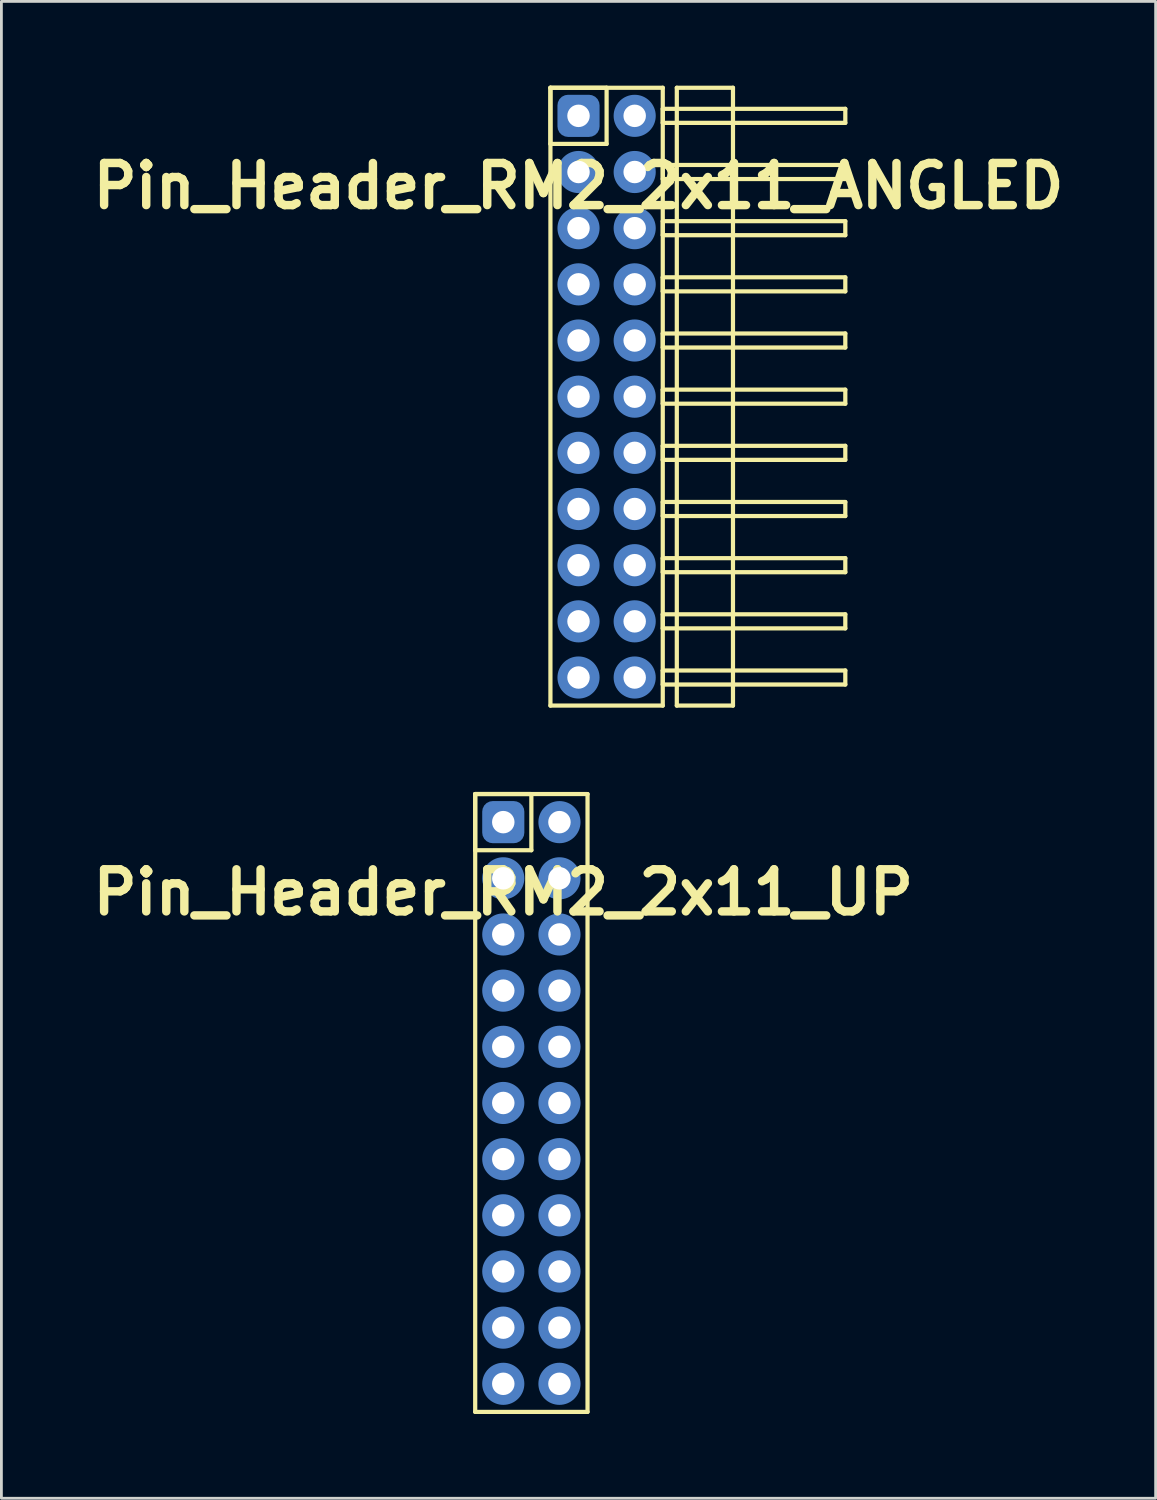
<source format=kicad_pcb>
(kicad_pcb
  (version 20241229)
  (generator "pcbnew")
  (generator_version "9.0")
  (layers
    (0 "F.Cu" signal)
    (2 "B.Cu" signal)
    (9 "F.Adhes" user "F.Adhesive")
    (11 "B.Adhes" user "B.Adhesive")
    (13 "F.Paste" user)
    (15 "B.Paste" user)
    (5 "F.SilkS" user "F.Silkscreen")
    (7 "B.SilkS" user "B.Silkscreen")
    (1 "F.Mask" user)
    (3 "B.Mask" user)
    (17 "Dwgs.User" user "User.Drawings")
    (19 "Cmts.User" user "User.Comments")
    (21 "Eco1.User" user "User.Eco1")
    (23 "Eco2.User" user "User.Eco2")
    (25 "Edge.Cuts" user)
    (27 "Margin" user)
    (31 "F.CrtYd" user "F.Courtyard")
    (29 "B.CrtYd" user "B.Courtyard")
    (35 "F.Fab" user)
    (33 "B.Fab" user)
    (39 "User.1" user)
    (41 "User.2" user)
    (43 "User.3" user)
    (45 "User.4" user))
  (footprint "Pin_Header_RM2_2x11_ANGLED"
    (layer "F.Cu")
    (at 17.55 1.075)
    (property "Reference" "Pin_Header_RM2_2x11_ANGLED" (at 0 2.5 0) (layer "F.SilkS") (effects (font (size 1.5 1.5) (thickness 0.3))))
    (attr through_hole)
    (fp_line (start -1 -1) (end 1 -1) (stroke (width 0.15) (type solid)) (layer "F.SilkS"))
    (fp_line (start -1 -1) (end 3 -1) (stroke (width 0.15) (type solid)) (layer "F.SilkS"))
    (fp_line (start -1 1) (end -1 -1) (stroke (width 0.15) (type solid)) (layer "F.SilkS"))
    (fp_line (start -1 21) (end -1 -1) (stroke (width 0.15) (type solid)) (layer "F.SilkS"))
    (fp_line (start 1 -1) (end 1 1) (stroke (width 0.15) (type solid)) (layer "F.SilkS"))
    (fp_line (start 1 1) (end -1 1) (stroke (width 0.15) (type solid)) (layer "F.SilkS"))
    (fp_line (start 3 -1) (end 3 21) (stroke (width 0.15) (type solid)) (layer "F.SilkS"))
    (fp_line (start 3 -0.25) (end 9.5 -0.25) (stroke (width 0.15) (type solid)) (layer "F.SilkS"))
    (fp_line (start 3 0.25) (end 3 -0.25) (stroke (width 0.15) (type solid)) (layer "F.SilkS"))
    (fp_line (start 3 1.75) (end 9.5 1.75) (stroke (width 0.15) (type solid)) (layer "F.SilkS"))
    (fp_line (start 3 2.25) (end 3 1.75) (stroke (width 0.15) (type solid)) (layer "F.SilkS"))
    (fp_line (start 3 3.75) (end 9.5 3.75) (stroke (width 0.15) (type solid)) (layer "F.SilkS"))
    (fp_line (start 3 4.25) (end 3 3.75) (stroke (width 0.15) (type solid)) (layer "F.SilkS"))
    (fp_line (start 3 5.75) (end 9.5 5.75) (stroke (width 0.15) (type solid)) (layer "F.SilkS"))
    (fp_line (start 3 6.25) (end 3 5.75) (stroke (width 0.15) (type solid)) (layer "F.SilkS"))
    (fp_line (start 3 7.75) (end 9.5 7.75) (stroke (width 0.15) (type solid)) (layer "F.SilkS"))
    (fp_line (start 3 8.25) (end 3 7.75) (stroke (width 0.15) (type solid)) (layer "F.SilkS"))
    (fp_line (start 3 9.75) (end 9.5 9.75) (stroke (width 0.15) (type solid)) (layer "F.SilkS"))
    (fp_line (start 3 10.25) (end 3 9.75) (stroke (width 0.15) (type solid)) (layer "F.SilkS"))
    (fp_line (start 3 11.75) (end 9.5 11.75) (stroke (width 0.15) (type solid)) (layer "F.SilkS"))
    (fp_line (start 3 12.25) (end 3 11.75) (stroke (width 0.15) (type solid)) (layer "F.SilkS"))
    (fp_line (start 3 13.75) (end 9.5 13.75) (stroke (width 0.15) (type solid)) (layer "F.SilkS"))
    (fp_line (start 3 14.25) (end 3 13.75) (stroke (width 0.15) (type solid)) (layer "F.SilkS"))
    (fp_line (start 3 15.75) (end 9.5 15.75) (stroke (width 0.15) (type solid)) (layer "F.SilkS"))
    (fp_line (start 3 16.25) (end 3 15.75) (stroke (width 0.15) (type solid)) (layer "F.SilkS"))
    (fp_line (start 3 17.75) (end 9.5 17.75) (stroke (width 0.15) (type solid)) (layer "F.SilkS"))
    (fp_line (start 3 18.25) (end 3 17.75) (stroke (width 0.15) (type solid)) (layer "F.SilkS"))
    (fp_line (start 3 19.75) (end 9.5 19.75) (stroke (width 0.15) (type solid)) (layer "F.SilkS"))
    (fp_line (start 3 20.25) (end 3 19.75) (stroke (width 0.15) (type solid)) (layer "F.SilkS"))
    (fp_line (start 3 21) (end -1 21) (stroke (width 0.15) (type solid)) (layer "F.SilkS"))
    (fp_line (start 3.5 -1) (end 5.5 -1) (stroke (width 0.15) (type solid)) (layer "F.SilkS"))
    (fp_line (start 3.5 21) (end 3.5 -1) (stroke (width 0.15) (type solid)) (layer "F.SilkS"))
    (fp_line (start 5.5 -1) (end 5.5 21) (stroke (width 0.15) (type solid)) (layer "F.SilkS"))
    (fp_line (start 5.5 21) (end 3.5 21) (stroke (width 0.15) (type solid)) (layer "F.SilkS"))
    (fp_line (start 9.5 -0.25) (end 9.5 0.25) (stroke (width 0.15) (type solid)) (layer "F.SilkS"))
    (fp_line (start 9.5 0.25) (end 3 0.25) (stroke (width 0.15) (type solid)) (layer "F.SilkS"))
    (fp_line (start 9.5 1.75) (end 9.5 2.25) (stroke (width 0.15) (type solid)) (layer "F.SilkS"))
    (fp_line (start 9.5 2.25) (end 3 2.25) (stroke (width 0.15) (type solid)) (layer "F.SilkS"))
    (fp_line (start 9.5 3.75) (end 9.5 4.25) (stroke (width 0.15) (type solid)) (layer "F.SilkS"))
    (fp_line (start 9.5 4.25) (end 3 4.25) (stroke (width 0.15) (type solid)) (layer "F.SilkS"))
    (fp_line (start 9.5 5.75) (end 9.5 6.25) (stroke (width 0.15) (type solid)) (layer "F.SilkS"))
    (fp_line (start 9.5 6.25) (end 3 6.25) (stroke (width 0.15) (type solid)) (layer "F.SilkS"))
    (fp_line (start 9.5 7.75) (end 9.5 8.25) (stroke (width 0.15) (type solid)) (layer "F.SilkS"))
    (fp_line (start 9.5 8.25) (end 3 8.25) (stroke (width 0.15) (type solid)) (layer "F.SilkS"))
    (fp_line (start 9.5 9.75) (end 9.5 10.25) (stroke (width 0.15) (type solid)) (layer "F.SilkS"))
    (fp_line (start 9.5 10.25) (end 3 10.25) (stroke (width 0.15) (type solid)) (layer "F.SilkS"))
    (fp_line (start 9.5 11.75) (end 9.5 12.25) (stroke (width 0.15) (type solid)) (layer "F.SilkS"))
    (fp_line (start 9.5 12.25) (end 3 12.25) (stroke (width 0.15) (type solid)) (layer "F.SilkS"))
    (fp_line (start 9.5 13.75) (end 9.5 14.25) (stroke (width 0.15) (type solid)) (layer "F.SilkS"))
    (fp_line (start 9.5 14.25) (end 3 14.25) (stroke (width 0.15) (type solid)) (layer "F.SilkS"))
    (fp_line (start 9.5 15.75) (end 9.5 16.25) (stroke (width 0.15) (type solid)) (layer "F.SilkS"))
    (fp_line (start 9.5 16.25) (end 3 16.25) (stroke (width 0.15) (type solid)) (layer "F.SilkS"))
    (fp_line (start 9.5 17.75) (end 9.5 18.25) (stroke (width 0.15) (type solid)) (layer "F.SilkS"))
    (fp_line (start 9.5 18.25) (end 3 18.25) (stroke (width 0.15) (type solid)) (layer "F.SilkS"))
    (fp_line (start 9.5 19.75) (end 9.5 20.25) (stroke (width 0.15) (type solid)) (layer "F.SilkS"))
    (fp_line (start 9.5 20.25) (end 3 20.25) (stroke (width 0.15) (type solid)) (layer "F.SilkS"))
    (pad "1" thru_hole circle (at 0 0) (size 1.1 1.1) (drill 0.8) (layers "*.Cu" "*.Mask"))
    (pad "1" smd roundrect (at 0 0) (size 1.25 1.25) (layers "F.Cu" "F.Mask") (roundrect_rratio 0.25))
    (pad "1" smd roundrect (at 0 0) (size 1.5 1.5) (layers "B.Cu" "B.Mask") (roundrect_rratio 0.25))
    (pad "2" thru_hole circle (at 2 0) (size 1.1 1.1) (drill 0.8) (layers "*.Cu" "*.Mask"))
    (pad "2" smd circle (at 2 0) (size 1.25 1.25) (layers "F.Cu" "F.Mask"))
    (pad "2" smd circle (at 2 0) (size 1.5 1.5) (layers "B.Cu" "B.Mask"))
    (pad "3" thru_hole circle (at 0 2) (size 1.1 1.1) (drill 0.8) (layers "*.Cu" "*.Mask"))
    (pad "3" smd circle (at 0 2) (size 1.25 1.25) (layers "F.Cu" "F.Mask"))
    (pad "3" smd circle (at 0 2) (size 1.5 1.5) (layers "B.Cu" "B.Mask"))
    (pad "4" thru_hole circle (at 2 2) (size 1.1 1.1) (drill 0.8) (layers "*.Cu" "*.Mask"))
    (pad "4" smd circle (at 2 2) (size 1.25 1.25) (layers "F.Cu" "F.Mask"))
    (pad "4" smd circle (at 2 2) (size 1.5 1.5) (layers "B.Cu" "B.Mask"))
    (pad "5" thru_hole circle (at 0 4) (size 1.1 1.1) (drill 0.8) (layers "*.Cu" "*.Mask"))
    (pad "5" smd circle (at 0 4) (size 1.25 1.25) (layers "F.Cu" "F.Mask"))
    (pad "5" smd circle (at 0 4) (size 1.5 1.5) (layers "B.Cu" "B.Mask"))
    (pad "6" thru_hole circle (at 2 4) (size 1.1 1.1) (drill 0.8) (layers "*.Cu" "*.Mask"))
    (pad "6" smd circle (at 2 4) (size 1.25 1.25) (layers "F.Cu" "F.Mask"))
    (pad "6" smd circle (at 2 4) (size 1.5 1.5) (layers "B.Cu" "B.Mask"))
    (pad "7" thru_hole circle (at 0 6) (size 1.1 1.1) (drill 0.8) (layers "*.Cu" "*.Mask"))
    (pad "7" smd circle (at 0 6) (size 1.25 1.25) (layers "F.Cu" "F.Mask"))
    (pad "7" smd circle (at 0 6) (size 1.5 1.5) (layers "B.Cu" "B.Mask"))
    (pad "8" thru_hole circle (at 2 6) (size 1.1 1.1) (drill 0.8) (layers "*.Cu" "*.Mask"))
    (pad "8" smd circle (at 2 6) (size 1.25 1.25) (layers "F.Cu" "F.Mask"))
    (pad "8" smd circle (at 2 6) (size 1.5 1.5) (layers "B.Cu" "B.Mask"))
    (pad "9" thru_hole circle (at 0 8) (size 1.1 1.1) (drill 0.8) (layers "*.Cu" "*.Mask"))
    (pad "9" smd circle (at 0 8) (size 1.25 1.25) (layers "F.Cu" "F.Mask"))
    (pad "9" smd circle (at 0 8) (size 1.5 1.5) (layers "B.Cu" "B.Mask"))
    (pad "10" thru_hole circle (at 2 8) (size 1.1 1.1) (drill 0.8) (layers "*.Cu" "*.Mask"))
    (pad "10" smd circle (at 2 8) (size 1.25 1.25) (layers "F.Cu" "F.Mask"))
    (pad "10" smd circle (at 2 8) (size 1.5 1.5) (layers "B.Cu" "B.Mask"))
    (pad "11" thru_hole circle (at 0 10) (size 1.1 1.1) (drill 0.8) (layers "*.Cu" "*.Mask"))
    (pad "11" smd circle (at 0 10) (size 1.25 1.25) (layers "F.Cu" "F.Mask"))
    (pad "11" smd circle (at 0 10) (size 1.5 1.5) (layers "B.Cu" "B.Mask"))
    (pad "12" thru_hole circle (at 2 10) (size 1.1 1.1) (drill 0.8) (layers "*.Cu" "*.Mask"))
    (pad "12" smd circle (at 2 10) (size 1.25 1.25) (layers "F.Cu" "F.Mask"))
    (pad "12" smd circle (at 2 10) (size 1.5 1.5) (layers "B.Cu" "B.Mask"))
    (pad "13" thru_hole circle (at 0 12) (size 1.1 1.1) (drill 0.8) (layers "*.Cu" "*.Mask"))
    (pad "13" smd circle (at 0 12) (size 1.25 1.25) (layers "F.Cu" "F.Mask"))
    (pad "13" smd circle (at 0 12) (size 1.5 1.5) (layers "B.Cu" "B.Mask"))
    (pad "14" thru_hole circle (at 2 12) (size 1.1 1.1) (drill 0.8) (layers "*.Cu" "*.Mask"))
    (pad "14" smd circle (at 2 12) (size 1.25 1.25) (layers "F.Cu" "F.Mask"))
    (pad "14" smd circle (at 2 12) (size 1.5 1.5) (layers "B.Cu" "B.Mask"))
    (pad "15" thru_hole circle (at 0 14) (size 1.1 1.1) (drill 0.8) (layers "*.Cu" "*.Mask"))
    (pad "15" smd circle (at 0 14) (size 1.25 1.25) (layers "F.Cu" "F.Mask"))
    (pad "15" smd circle (at 0 14) (size 1.5 1.5) (layers "B.Cu" "B.Mask"))
    (pad "16" thru_hole circle (at 2 14) (size 1.1 1.1) (drill 0.8) (layers "*.Cu" "*.Mask"))
    (pad "16" smd circle (at 2 14) (size 1.25 1.25) (layers "F.Cu" "F.Mask"))
    (pad "16" smd circle (at 2 14) (size 1.5 1.5) (layers "B.Cu" "B.Mask"))
    (pad "17" thru_hole circle (at 0 16) (size 1.1 1.1) (drill 0.8) (layers "*.Cu" "*.Mask"))
    (pad "17" smd circle (at 0 16) (size 1.25 1.25) (layers "F.Cu" "F.Mask"))
    (pad "17" smd circle (at 0 16) (size 1.5 1.5) (layers "B.Cu" "B.Mask"))
    (pad "18" thru_hole circle (at 2 16) (size 1.1 1.1) (drill 0.8) (layers "*.Cu" "*.Mask"))
    (pad "18" smd circle (at 2 16) (size 1.25 1.25) (layers "F.Cu" "F.Mask"))
    (pad "18" smd circle (at 2 16) (size 1.5 1.5) (layers "B.Cu" "B.Mask"))
    (pad "19" thru_hole circle (at 0 18) (size 1.1 1.1) (drill 0.8) (layers "*.Cu" "*.Mask"))
    (pad "19" smd circle (at 0 18) (size 1.25 1.25) (layers "F.Cu" "F.Mask"))
    (pad "19" smd circle (at 0 18) (size 1.5 1.5) (layers "B.Cu" "B.Mask"))
    (pad "20" thru_hole circle (at 2 18) (size 1.1 1.1) (drill 0.8) (layers "*.Cu" "*.Mask"))
    (pad "20" smd circle (at 2 18) (size 1.25 1.25) (layers "F.Cu" "F.Mask"))
    (pad "20" smd circle (at 2 18) (size 1.5 1.5) (layers "B.Cu" "B.Mask"))
    (pad "21" thru_hole circle (at 0 20) (size 1.1 1.1) (drill 0.8) (layers "*.Cu" "*.Mask"))
    (pad "21" smd circle (at 0 20) (size 1.25 1.25) (layers "F.Cu" "F.Mask"))
    (pad "21" smd circle (at 0 20) (size 1.5 1.5) (layers "B.Cu" "B.Mask"))
    (pad "22" thru_hole circle (at 2 20) (size 1.1 1.1) (drill 0.8) (layers "*.Cu" "*.Mask"))
    (pad "22" smd circle (at 2 20) (size 1.25 1.25) (layers "F.Cu" "F.Mask"))
    (pad "22" smd circle (at 2 20) (size 1.5 1.5) (layers "B.Cu" "B.Mask")))
  (footprint "Pin_Header_RM2_2x11_UP"
    (layer "F.Cu")
    (at 14.871 26.225)
    (property "Reference" "Pin_Header_RM2_2x11_UP" (at 0 2.5 0) (layer "F.SilkS") (effects (font (size 1.5 1.5) (thickness 0.3))))
    (attr through_hole)
    (fp_line (start -1 -1) (end 1 -1) (stroke (width 0.15) (type solid)) (layer "F.SilkS"))
    (fp_line (start -1 -1) (end 3 -1) (stroke (width 0.15) (type solid)) (layer "F.SilkS"))
    (fp_line (start -1 1) (end -1 -1) (stroke (width 0.15) (type solid)) (layer "F.SilkS"))
    (fp_line (start -1 21) (end -1 -1) (stroke (width 0.15) (type solid)) (layer "F.SilkS"))
    (fp_line (start 1 -1) (end 1 1) (stroke (width 0.15) (type solid)) (layer "F.SilkS"))
    (fp_line (start 1 1) (end -1 1) (stroke (width 0.15) (type solid)) (layer "F.SilkS"))
    (fp_line (start 3 -1) (end 3 21) (stroke (width 0.15) (type solid)) (layer "F.SilkS"))
    (fp_line (start 3 21) (end -1 21) (stroke (width 0.15) (type solid)) (layer "F.SilkS"))
    (pad "1" thru_hole circle (at 0 0) (size 1.1 1.1) (drill 0.8) (layers "*.Cu" "*.Mask"))
    (pad "1" smd roundrect (at 0 0) (size 1.25 1.25) (layers "F.Cu" "F.Mask") (roundrect_rratio 0.25))
    (pad "1" smd roundrect (at 0 0) (size 1.5 1.5) (layers "B.Cu" "B.Mask") (roundrect_rratio 0.25))
    (pad "2" thru_hole circle (at 2 0) (size 1.1 1.1) (drill 0.8) (layers "*.Cu" "*.Mask"))
    (pad "2" smd circle (at 2 0) (size 1.25 1.25) (layers "F.Cu" "F.Mask"))
    (pad "2" smd circle (at 2 0) (size 1.5 1.5) (layers "B.Cu" "B.Mask"))
    (pad "3" thru_hole circle (at 0 2) (size 1.1 1.1) (drill 0.8) (layers "*.Cu" "*.Mask"))
    (pad "3" smd circle (at 0 2) (size 1.25 1.25) (layers "F.Cu" "F.Mask"))
    (pad "3" smd circle (at 0 2) (size 1.5 1.5) (layers "B.Cu" "B.Mask"))
    (pad "4" thru_hole circle (at 2 2) (size 1.1 1.1) (drill 0.8) (layers "*.Cu" "*.Mask"))
    (pad "4" smd circle (at 2 2) (size 1.25 1.25) (layers "F.Cu" "F.Mask"))
    (pad "4" smd circle (at 2 2) (size 1.5 1.5) (layers "B.Cu" "B.Mask"))
    (pad "5" thru_hole circle (at 0 4) (size 1.1 1.1) (drill 0.8) (layers "*.Cu" "*.Mask"))
    (pad "5" smd circle (at 0 4) (size 1.25 1.25) (layers "F.Cu" "F.Mask"))
    (pad "5" smd circle (at 0 4) (size 1.5 1.5) (layers "B.Cu" "B.Mask"))
    (pad "6" thru_hole circle (at 2 4) (size 1.1 1.1) (drill 0.8) (layers "*.Cu" "*.Mask"))
    (pad "6" smd circle (at 2 4) (size 1.25 1.25) (layers "F.Cu" "F.Mask"))
    (pad "6" smd circle (at 2 4) (size 1.5 1.5) (layers "B.Cu" "B.Mask"))
    (pad "7" thru_hole circle (at 0 6) (size 1.1 1.1) (drill 0.8) (layers "*.Cu" "*.Mask"))
    (pad "7" smd circle (at 0 6) (size 1.25 1.25) (layers "F.Cu" "F.Mask"))
    (pad "7" smd circle (at 0 6) (size 1.5 1.5) (layers "B.Cu" "B.Mask"))
    (pad "8" thru_hole circle (at 2 6) (size 1.1 1.1) (drill 0.8) (layers "*.Cu" "*.Mask"))
    (pad "8" smd circle (at 2 6) (size 1.25 1.25) (layers "F.Cu" "F.Mask"))
    (pad "8" smd circle (at 2 6) (size 1.5 1.5) (layers "B.Cu" "B.Mask"))
    (pad "9" thru_hole circle (at 0 8) (size 1.1 1.1) (drill 0.8) (layers "*.Cu" "*.Mask"))
    (pad "9" smd circle (at 0 8) (size 1.25 1.25) (layers "F.Cu" "F.Mask"))
    (pad "9" smd circle (at 0 8) (size 1.5 1.5) (layers "B.Cu" "B.Mask"))
    (pad "10" thru_hole circle (at 2 8) (size 1.1 1.1) (drill 0.8) (layers "*.Cu" "*.Mask"))
    (pad "10" smd circle (at 2 8) (size 1.25 1.25) (layers "F.Cu" "F.Mask"))
    (pad "10" smd circle (at 2 8) (size 1.5 1.5) (layers "B.Cu" "B.Mask"))
    (pad "11" thru_hole circle (at 0 10) (size 1.1 1.1) (drill 0.8) (layers "*.Cu" "*.Mask"))
    (pad "11" smd circle (at 0 10) (size 1.25 1.25) (layers "F.Cu" "F.Mask"))
    (pad "11" smd circle (at 0 10) (size 1.5 1.5) (layers "B.Cu" "B.Mask"))
    (pad "12" thru_hole circle (at 2 10) (size 1.1 1.1) (drill 0.8) (layers "*.Cu" "*.Mask"))
    (pad "12" smd circle (at 2 10) (size 1.25 1.25) (layers "F.Cu" "F.Mask"))
    (pad "12" smd circle (at 2 10) (size 1.5 1.5) (layers "B.Cu" "B.Mask"))
    (pad "13" thru_hole circle (at 0 12) (size 1.1 1.1) (drill 0.8) (layers "*.Cu" "*.Mask"))
    (pad "13" smd circle (at 0 12) (size 1.25 1.25) (layers "F.Cu" "F.Mask"))
    (pad "13" smd circle (at 0 12) (size 1.5 1.5) (layers "B.Cu" "B.Mask"))
    (pad "14" thru_hole circle (at 2 12) (size 1.1 1.1) (drill 0.8) (layers "*.Cu" "*.Mask"))
    (pad "14" smd circle (at 2 12) (size 1.25 1.25) (layers "F.Cu" "F.Mask"))
    (pad "14" smd circle (at 2 12) (size 1.5 1.5) (layers "B.Cu" "B.Mask"))
    (pad "15" thru_hole circle (at 0 14) (size 1.1 1.1) (drill 0.8) (layers "*.Cu" "*.Mask"))
    (pad "15" smd circle (at 0 14) (size 1.25 1.25) (layers "F.Cu" "F.Mask"))
    (pad "15" smd circle (at 0 14) (size 1.5 1.5) (layers "B.Cu" "B.Mask"))
    (pad "16" thru_hole circle (at 2 14) (size 1.1 1.1) (drill 0.8) (layers "*.Cu" "*.Mask"))
    (pad "16" smd circle (at 2 14) (size 1.25 1.25) (layers "F.Cu" "F.Mask"))
    (pad "16" smd circle (at 2 14) (size 1.5 1.5) (layers "B.Cu" "B.Mask"))
    (pad "17" thru_hole circle (at 0 16) (size 1.1 1.1) (drill 0.8) (layers "*.Cu" "*.Mask"))
    (pad "17" smd circle (at 0 16) (size 1.25 1.25) (layers "F.Cu" "F.Mask"))
    (pad "17" smd circle (at 0 16) (size 1.5 1.5) (layers "B.Cu" "B.Mask"))
    (pad "18" thru_hole circle (at 2 16) (size 1.1 1.1) (drill 0.8) (layers "*.Cu" "*.Mask"))
    (pad "18" smd circle (at 2 16) (size 1.25 1.25) (layers "F.Cu" "F.Mask"))
    (pad "18" smd circle (at 2 16) (size 1.5 1.5) (layers "B.Cu" "B.Mask"))
    (pad "19" thru_hole circle (at 0 18) (size 1.1 1.1) (drill 0.8) (layers "*.Cu" "*.Mask"))
    (pad "19" smd circle (at 0 18) (size 1.25 1.25) (layers "F.Cu" "F.Mask"))
    (pad "19" smd circle (at 0 18) (size 1.5 1.5) (layers "B.Cu" "B.Mask"))
    (pad "20" thru_hole circle (at 2 18) (size 1.1 1.1) (drill 0.8) (layers "*.Cu" "*.Mask"))
    (pad "20" smd circle (at 2 18) (size 1.25 1.25) (layers "F.Cu" "F.Mask"))
    (pad "20" smd circle (at 2 18) (size 1.5 1.5) (layers "B.Cu" "B.Mask"))
    (pad "21" thru_hole circle (at 0 20) (size 1.1 1.1) (drill 0.8) (layers "*.Cu" "*.Mask"))
    (pad "21" smd circle (at 0 20) (size 1.25 1.25) (layers "F.Cu" "F.Mask"))
    (pad "21" smd circle (at 0 20) (size 1.5 1.5) (layers "B.Cu" "B.Mask"))
    (pad "22" thru_hole circle (at 2 20) (size 1.1 1.1) (drill 0.8) (layers "*.Cu" "*.Mask"))
    (pad "22" smd circle (at 2 20) (size 1.25 1.25) (layers "F.Cu" "F.Mask"))
    (pad "22" smd circle (at 2 20) (size 1.5 1.5) (layers "B.Cu" "B.Mask")))
  (gr_rect
    (start -3 -3)
    (end 38.1 50.3)
    (stroke (width 0.1) (type default))
    (fill no)
    (layer "Edge.Cuts")))
</source>
